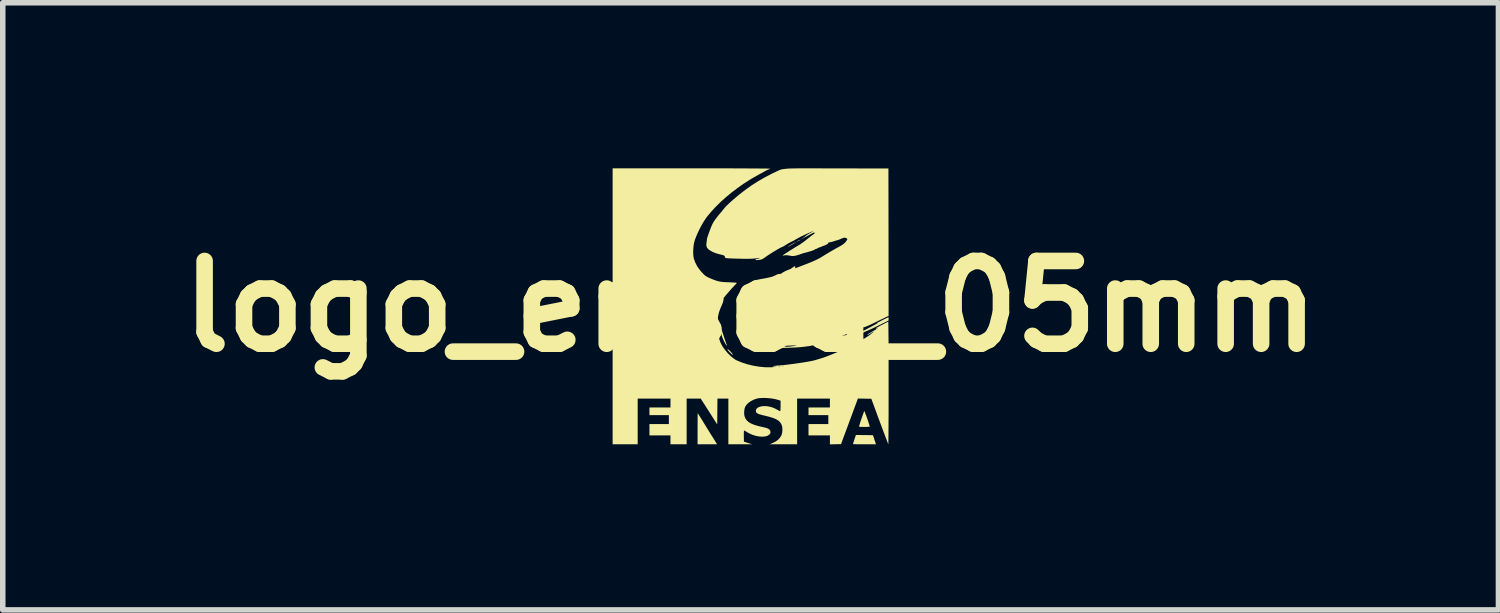
<source format=kicad_pcb>
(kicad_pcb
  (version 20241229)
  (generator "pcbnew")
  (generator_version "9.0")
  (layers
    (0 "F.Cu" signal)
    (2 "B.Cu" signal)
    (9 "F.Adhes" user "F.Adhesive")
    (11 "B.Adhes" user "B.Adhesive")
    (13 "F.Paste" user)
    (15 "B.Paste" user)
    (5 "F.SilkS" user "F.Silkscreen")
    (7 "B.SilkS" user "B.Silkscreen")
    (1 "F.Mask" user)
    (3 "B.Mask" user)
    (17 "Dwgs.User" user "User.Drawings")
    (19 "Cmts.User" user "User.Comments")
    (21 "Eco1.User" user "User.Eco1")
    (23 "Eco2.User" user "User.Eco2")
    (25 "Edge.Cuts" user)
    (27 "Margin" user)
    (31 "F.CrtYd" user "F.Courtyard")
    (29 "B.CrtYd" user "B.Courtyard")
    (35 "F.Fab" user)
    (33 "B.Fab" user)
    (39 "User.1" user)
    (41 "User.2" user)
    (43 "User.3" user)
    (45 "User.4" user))
  (footprint "logo_ensea_05mm"
    (layer "F.Cu")
    (at 10.55 2.5)
    (property "Reference" "logo_ensea_05mm" (at 0 0 0) (layer "F.SilkS") (effects (font (size 1.5 1.5) (thickness 0.3))))
    (attr board_only exclude_from_pos_files exclude_from_bom)
    (fp_poly (pts (xy 0.917 -1.214) (xy 0.913 -1.21) (xy 0.909 -1.214) (xy 0.913 -1.217)) (stroke (width 0) (type solid)) (fill yes) (layer "F.SilkS"))
    (fp_poly (pts (xy 0.896 -1.201) (xy 0.881 -1.192) (xy 0.865 -1.184) (xy 0.845 -1.175) (xy 0.832 -1.17) (xy 0.829 -1.169) (xy 0.835 -1.174) (xy 0.85 -1.183) (xy 0.865 -1.192) (xy 0.885 -1.201) (xy 0.898 -1.206) (xy 0.902 -1.206)) (stroke (width 0) (type solid)) (fill yes) (layer "F.SilkS"))
    (fp_poly (pts (xy -0.408 0.779) (xy -0.393 0.792) (xy -0.381 0.803) (xy -0.354 0.83) (xy -0.335 0.853) (xy -0.323 0.869) (xy -0.32 0.879) (xy -0.322 0.88) (xy -0.331 0.875) (xy -0.347 0.862) (xy -0.367 0.844) (xy -0.374 0.837) (xy -0.395 0.816) (xy -0.41 0.797) (xy -0.418 0.783) (xy -0.418 0.781) (xy -0.416 0.776)) (stroke (width 0) (type solid)) (fill yes) (layer "F.SilkS"))
    (fp_poly (pts (xy 2.062 2.333) (xy 2.217 2.335) (xy 2.244 2.418) (xy 2.272 2.5) (xy 2.064 2.5) (xy 2.01 2.5) (xy 1.962 2.5) (xy 1.92 2.499) (xy 1.887 2.498) (xy 1.865 2.497) (xy 1.855 2.495) (xy 1.855 2.495) (xy 1.857 2.486) (xy 1.863 2.467) (xy 1.872 2.439) (xy 1.881 2.41) (xy 1.908 2.331)) (stroke (width 0) (type solid)) (fill yes) (layer "F.SilkS"))
    (fp_poly (pts (xy 0.815 -1.159) (xy 0.8 -1.148) (xy 0.778 -1.135) (xy 0.752 -1.119) (xy 0.726 -1.104) (xy 0.703 -1.091) (xy 0.685 -1.081) (xy 0.677 -1.078) (xy 0.677 -1.078) (xy 0.679 -1.082) (xy 0.691 -1.09) (xy 0.704 -1.099) (xy 0.733 -1.117) (xy 0.761 -1.133) (xy 0.787 -1.148) (xy 0.807 -1.158) (xy 0.819 -1.164) (xy 0.821 -1.164)) (stroke (width 0) (type solid)) (fill yes) (layer "F.SilkS"))
    (fp_poly (pts (xy -0.532 0.407) (xy -0.53 0.411) (xy -0.525 0.424) (xy -0.517 0.449) (xy -0.506 0.481) (xy -0.495 0.517) (xy -0.491 0.528) (xy -0.478 0.568) (xy -0.465 0.608) (xy -0.453 0.642) (xy -0.444 0.668) (xy -0.443 0.67) (xy -0.434 0.693) (xy -0.429 0.71) (xy -0.428 0.716) (xy -0.433 0.712) (xy -0.443 0.699) (xy -0.453 0.684) (xy -0.482 0.634) (xy -0.506 0.58) (xy -0.525 0.527) (xy -0.537 0.476) (xy -0.542 0.433) (xy -0.541 0.419) (xy -0.539 0.402) (xy -0.537 0.398)) (stroke (width 0) (type solid)) (fill yes) (layer "F.SilkS"))
    (fp_poly (pts (xy -0.954 1.943) (xy -0.942 1.961) (xy -0.925 1.989) (xy -0.902 2.025) (xy -0.875 2.068) (xy -0.845 2.118) (xy -0.811 2.172) (xy -0.792 2.203) (xy -0.757 2.26) (xy -0.724 2.314) (xy -0.693 2.362) (xy -0.667 2.404) (xy -0.645 2.439) (xy -0.629 2.465) (xy -0.62 2.48) (xy -0.618 2.484) (xy -0.607 2.5) (xy -0.784 2.5) (xy -0.961 2.5) (xy -0.961 2.217) (xy -0.961 2.154) (xy -0.96 2.096) (xy -0.96 2.045) (xy -0.96 2.002) (xy -0.959 1.969) (xy -0.959 1.946) (xy -0.958 1.937) (xy -0.958 1.936)) (stroke (width 0) (type solid)) (fill yes) (layer "F.SilkS"))
    (fp_poly (pts (xy 2.063 1.903) (xy 2.071 1.92) (xy 2.081 1.946) (xy 2.094 1.981) (xy 2.109 2.022) (xy 2.113 2.034) (xy 2.128 2.077) (xy 2.14 2.115) (xy 2.15 2.147) (xy 2.156 2.169) (xy 2.158 2.18) (xy 2.158 2.181) (xy 2.149 2.182) (xy 2.129 2.184) (xy 2.1 2.185) (xy 2.064 2.185) (xy 2.059 2.185) (xy 2.019 2.185) (xy 1.992 2.184) (xy 1.975 2.182) (xy 1.967 2.179) (xy 1.965 2.175) (xy 1.967 2.165) (xy 1.974 2.144) (xy 1.983 2.114) (xy 1.994 2.079) (xy 2.007 2.041) (xy 2.02 2.003) (xy 2.033 1.967) (xy 2.044 1.936) (xy 2.053 1.912) (xy 2.058 1.899) (xy 2.059 1.898)) (stroke (width 0) (type solid)) (fill yes) (layer "F.SilkS"))
    (fp_poly (pts (xy 2.499 0.204) (xy 2.5 0.221) (xy 2.5 0.227) (xy 2.5 0.257) (xy 2.347 0.333) (xy 2.298 0.357) (xy 2.249 0.381) (xy 2.202 0.404) (xy 2.161 0.422) (xy 2.13 0.437) (xy 2.122 0.44) (xy 2.09 0.453) (xy 2.063 0.466) (xy 2.042 0.475) (xy 2.035 0.48) (xy 2.021 0.486) (xy 1.998 0.496) (xy 1.97 0.507) (xy 1.963 0.509) (xy 1.926 0.522) (xy 1.885 0.539) (xy 1.85 0.554) (xy 1.823 0.566) (xy 1.801 0.574) (xy 1.786 0.578) (xy 1.78 0.578) (xy 1.783 0.574) (xy 1.799 0.565) (xy 1.807 0.56) (xy 1.827 0.551) (xy 1.856 0.537) (xy 1.892 0.519) (xy 1.931 0.5) (xy 1.954 0.489) (xy 1.986 0.473) (xy 2.024 0.454) (xy 2.065 0.433) (xy 2.107 0.411) (xy 2.149 0.388) (xy 2.19 0.367) (xy 2.226 0.347) (xy 2.258 0.33) (xy 2.282 0.316) (xy 2.297 0.307) (xy 2.302 0.303) (xy 2.301 0.303) (xy 2.29 0.305) (xy 2.288 0.304) (xy 2.294 0.3) (xy 2.31 0.291) (xy 2.335 0.278) (xy 2.364 0.263) (xy 2.396 0.246) (xy 2.428 0.231) (xy 2.456 0.217) (xy 2.479 0.206) (xy 2.493 0.199) (xy 2.497 0.198)) (stroke (width 0) (type solid)) (fill yes) (layer "F.SilkS"))
    (fp_poly (pts (xy 1.126 -2.5) (xy 1.23 -2.5) (xy 1.347 -2.499) (xy 1.477 -2.499) (xy 1.573 -2.499) (xy 2.497 -2.497) (xy 2.499 -1.162) (xy 2.5 0.173) (xy 2.285 0.277) (xy 2.22 0.309) (xy 2.167 0.334) (xy 2.125 0.353) (xy 2.092 0.366) (xy 2.069 0.375) (xy 2.052 0.38) (xy 2.045 0.38) (xy 2.024 0.383) (xy 1.992 0.392) (xy 1.952 0.406) (xy 1.907 0.424) (xy 1.858 0.446) (xy 1.822 0.464) (xy 1.786 0.481) (xy 1.742 0.501) (xy 1.693 0.521) (xy 1.644 0.541) (xy 1.599 0.559) (xy 1.562 0.573) (xy 1.551 0.576) (xy 1.535 0.581) (xy 1.508 0.59) (xy 1.472 0.603) (xy 1.431 0.617) (xy 1.385 0.633) (xy 1.373 0.637) (xy 1.301 0.661) (xy 1.239 0.681) (xy 1.183 0.696) (xy 1.127 0.708) (xy 1.07 0.719) (xy 1.006 0.728) (xy 0.957 0.734) (xy 0.919 0.738) (xy 0.873 0.742) (xy 0.821 0.745) (xy 0.767 0.748) (xy 0.712 0.75) (xy 0.659 0.752) (xy 0.61 0.753) (xy 0.567 0.754) (xy 0.533 0.753) (xy 0.51 0.752) (xy 0.502 0.751) (xy 0.473 0.742) (xy 0.452 0.734) (xy 0.441 0.728) (xy 0.439 0.724) (xy 0.45 0.723) (xy 0.471 0.727) (xy 0.499 0.73) (xy 0.538 0.732) (xy 0.583 0.733) (xy 0.632 0.732) (xy 0.679 0.731) (xy 0.722 0.728) (xy 0.756 0.724) (xy 0.765 0.723) (xy 0.794 0.717) (xy 0.821 0.712) (xy 0.84 0.709) (xy 0.84 0.709) (xy 0.841 0.708) (xy 0.829 0.708) (xy 0.807 0.708) (xy 0.775 0.709) (xy 0.759 0.71) (xy 0.712 0.712) (xy 0.673 0.713) (xy 0.638 0.713) (xy 0.605 0.712) (xy 0.571 0.708) (xy 0.532 0.703) (xy 0.485 0.696) (xy 0.427 0.686) (xy 0.422 0.686) (xy 0.362 0.675) (xy 0.313 0.666) (xy 0.273 0.658) (xy 0.239 0.65) (xy 0.209 0.641) (xy 0.179 0.63) (xy 0.147 0.617) (xy 0.11 0.601) (xy 0.092 0.593) (xy 0.046 0.572) (xy 0.012 0.553) (xy -0.015 0.536) (xy -0.037 0.519) (xy -0.043 0.513) (xy -0.07 0.484) (xy -0.099 0.447) (xy -0.127 0.405) (xy -0.153 0.363) (xy -0.171 0.326) (xy -0.175 0.319) (xy -0.191 0.262) (xy -0.201 0.196) (xy -0.205 0.124) (xy -0.202 0.049) (xy -0.193 -0.024) (xy -0.178 -0.092) (xy -0.158 -0.149) (xy -0.137 -0.194) (xy -0.109 -0.245) (xy -0.077 -0.299) (xy -0.044 -0.352) (xy -0.011 -0.398) (xy -0.004 -0.409) (xy 0.015 -0.433) (xy 0.03 -0.449) (xy 0.046 -0.459) (xy 0.065 -0.466) (xy 0.081 -0.471) (xy 0.108 -0.478) (xy 0.145 -0.486) (xy 0.185 -0.494) (xy 0.213 -0.499) (xy 0.276 -0.51) (xy 0.328 -0.521) (xy 0.37 -0.531) (xy 0.405 -0.542) (xy 0.436 -0.555) (xy 0.464 -0.569) (xy 0.477 -0.576) (xy 0.496 -0.583) (xy 0.521 -0.586) (xy 0.526 -0.586) (xy 0.552 -0.59) (xy 0.566 -0.6) (xy 0.578 -0.61) (xy 0.6 -0.623) (xy 0.629 -0.638) (xy 0.66 -0.652) (xy 0.69 -0.664) (xy 0.7 -0.667) (xy 0.724 -0.677) (xy 0.745 -0.691) (xy 0.748 -0.693) (xy 0.773 -0.712) (xy 0.792 -0.723) (xy 0.805 -0.724) (xy 0.81 -0.715) (xy 0.809 -0.706) (xy 0.807 -0.693) (xy 0.812 -0.69) (xy 0.818 -0.692) (xy 0.829 -0.697) (xy 0.852 -0.705) (xy 0.883 -0.717) (xy 0.921 -0.732) (xy 0.963 -0.748) (xy 0.968 -0.75) (xy 1.057 -0.785) (xy 1.133 -0.816) (xy 1.198 -0.846) (xy 1.253 -0.874) (xy 1.299 -0.902) (xy 1.306 -0.906) (xy 1.343 -0.929) (xy 1.389 -0.957) (xy 1.441 -0.988) (xy 1.496 -1.02) (xy 1.549 -1.05) (xy 1.599 -1.077) (xy 1.644 -1.103) (xy 1.679 -1.126) (xy 1.704 -1.147) (xy 1.724 -1.168) (xy 1.736 -1.186) (xy 1.755 -1.219) (xy 1.738 -1.233) (xy 1.714 -1.243) (xy 1.683 -1.241) (xy 1.645 -1.226) (xy 1.642 -1.225) (xy 1.621 -1.215) (xy 1.593 -1.205) (xy 1.573 -1.199) (xy 1.543 -1.19) (xy 1.515 -1.181) (xy 1.5 -1.176) (xy 1.472 -1.168) (xy 1.444 -1.162) (xy 1.441 -1.162) (xy 1.416 -1.156) (xy 1.404 -1.152) (xy 1.405 -1.146) (xy 1.408 -1.144) (xy 1.405 -1.139) (xy 1.393 -1.13) (xy 1.375 -1.119) (xy 1.353 -1.108) (xy 1.332 -1.099) (xy 1.316 -1.093) (xy 1.309 -1.093) (xy 1.297 -1.088) (xy 1.286 -1.082) (xy 1.269 -1.073) (xy 1.258 -1.071) (xy 1.242 -1.067) (xy 1.222 -1.057) (xy 1.221 -1.056) (xy 1.203 -1.046) (xy 1.19 -1.041) (xy 1.188 -1.041) (xy 1.174 -1.037) (xy 1.166 -1.031) (xy 1.152 -1.022) (xy 1.127 -1.012) (xy 1.092 -1) (xy 1.045 -0.987) (xy 1.003 -0.975) (xy 0.968 -0.966) (xy 0.936 -0.956) (xy 0.911 -0.948) (xy 0.897 -0.943) (xy 0.88 -0.936) (xy 0.853 -0.928) (xy 0.824 -0.92) (xy 0.822 -0.92) (xy 0.791 -0.913) (xy 0.767 -0.911) (xy 0.745 -0.912) (xy 0.723 -0.916) (xy 0.684 -0.923) (xy 0.653 -0.926) (xy 0.625 -0.925) (xy 0.601 -0.921) (xy 0.588 -0.919) (xy 0.582 -0.919) (xy 0.583 -0.923) (xy 0.593 -0.931) (xy 0.613 -0.945) (xy 0.644 -0.965) (xy 0.645 -0.966) (xy 0.675 -0.985) (xy 0.702 -1.003) (xy 0.73 -1.021) (xy 0.761 -1.04) (xy 0.798 -1.063) (xy 0.842 -1.09) (xy 0.895 -1.121) (xy 0.922 -1.139) (xy 0.956 -1.163) (xy 0.992 -1.191) (xy 1.027 -1.219) (xy 1.03 -1.221) (xy 1.062 -1.247) (xy 1.092 -1.271) (xy 1.118 -1.29) (xy 1.137 -1.303) (xy 1.14 -1.305) (xy 1.156 -1.316) (xy 1.161 -1.322) (xy 1.157 -1.326) (xy 1.154 -1.327) (xy 1.145 -1.332) (xy 1.149 -1.335) (xy 1.157 -1.338) (xy 1.169 -1.343) (xy 1.17 -1.347) (xy 1.163 -1.345) (xy 1.145 -1.337) (xy 1.12 -1.324) (xy 1.088 -1.308) (xy 1.053 -1.289) (xy 1.016 -1.269) (xy 0.981 -1.249) (xy 0.951 -1.232) (xy 0.935 -1.223) (xy 0.925 -1.219) (xy 0.924 -1.22) (xy 0.93 -1.226) (xy 0.944 -1.234) (xy 0.946 -1.235) (xy 0.965 -1.248) (xy 0.986 -1.265) (xy 0.992 -1.271) (xy 1.01 -1.286) (xy 1.037 -1.304) (xy 1.067 -1.322) (xy 1.077 -1.327) (xy 1.103 -1.341) (xy 1.123 -1.352) (xy 1.133 -1.359) (xy 1.135 -1.361) (xy 1.127 -1.36) (xy 1.108 -1.353) (xy 1.081 -1.341) (xy 1.047 -1.327) (xy 1.009 -1.31) (xy 0.97 -1.291) (xy 0.932 -1.273) (xy 0.896 -1.255) (xy 0.866 -1.239) (xy 0.847 -1.229) (xy 0.812 -1.209) (xy 0.777 -1.189) (xy 0.746 -1.173) (xy 0.73 -1.165) (xy 0.702 -1.151) (xy 0.669 -1.132) (xy 0.636 -1.112) (xy 0.631 -1.108) (xy 0.606 -1.093) (xy 0.586 -1.081) (xy 0.573 -1.075) (xy 0.571 -1.075) (xy 0.563 -1.073) (xy 0.544 -1.063) (xy 0.518 -1.049) (xy 0.485 -1.03) (xy 0.449 -1.008) (xy 0.41 -0.985) (xy 0.372 -0.961) (xy 0.336 -0.938) (xy 0.304 -0.917) (xy 0.278 -0.899) (xy 0.273 -0.895) (xy 0.243 -0.874) (xy 0.219 -0.859) (xy 0.198 -0.85) (xy 0.176 -0.844) (xy 0.162 -0.842) (xy 0.129 -0.838) (xy 0.105 -0.838) (xy 0.092 -0.842) (xy 0.092 -0.851) (xy 0.102 -0.856) (xy 0.116 -0.858) (xy 0.137 -0.862) (xy 0.154 -0.87) (xy 0.172 -0.881) (xy 0.154 -0.877) (xy 0.114 -0.87) (xy 0.068 -0.866) (xy 0.013 -0.862) (xy -0.052 -0.861) (xy -0.129 -0.861) (xy -0.198 -0.863) (xy -0.268 -0.864) (xy -0.324 -0.866) (xy -0.369 -0.868) (xy -0.403 -0.87) (xy -0.428 -0.872) (xy -0.446 -0.875) (xy -0.457 -0.879) (xy -0.463 -0.883) (xy -0.465 -0.889) (xy -0.466 -0.893) (xy -0.467 -0.905) (xy -0.473 -0.914) (xy -0.485 -0.922) (xy -0.506 -0.929) (xy -0.538 -0.937) (xy -0.559 -0.942) (xy -0.62 -0.959) (xy -0.678 -0.981) (xy -0.727 -1.007) (xy -0.766 -1.034) (xy -0.79 -1.063) (xy -0.802 -1.098) (xy -0.801 -1.14) (xy -0.799 -1.151) (xy -0.795 -1.178) (xy -0.792 -1.204) (xy -0.792 -1.213) (xy -0.789 -1.228) (xy -0.782 -1.254) (xy -0.771 -1.287) (xy -0.757 -1.326) (xy -0.742 -1.367) (xy -0.726 -1.409) (xy -0.711 -1.448) (xy -0.696 -1.481) (xy -0.686 -1.502) (xy -0.669 -1.532) (xy -0.644 -1.569) (xy -0.614 -1.609) (xy -0.582 -1.649) (xy -0.562 -1.672) (xy -0.543 -1.695) (xy -0.519 -1.723) (xy -0.496 -1.753) (xy -0.491 -1.759) (xy -0.463 -1.793) (xy -0.423 -1.834) (xy -0.375 -1.88) (xy -0.32 -1.929) (xy -0.259 -1.981) (xy -0.195 -2.034) (xy -0.128 -2.085) (xy -0.1 -2.107) (xy 0.022 -2.194) (xy 0.143 -2.271) (xy 0.267 -2.342) (xy 0.399 -2.41) (xy 0.444 -2.431) (xy 0.464 -2.441) (xy 0.483 -2.45) (xy 0.5 -2.458) (xy 0.516 -2.465) (xy 0.532 -2.472) (xy 0.549 -2.477) (xy 0.568 -2.482) (xy 0.59 -2.486) (xy 0.615 -2.489) (xy 0.644 -2.492) (xy 0.678 -2.495) (xy 0.718 -2.497) (xy 0.764 -2.498) (xy 0.818 -2.499) (xy 0.881 -2.5) (xy 0.952 -2.5) (xy 1.034 -2.5)) (stroke (width 0) (type solid)) (fill yes) (layer "F.SilkS"))
    (fp_poly (pts (xy -1.065 -2.5) (xy -0.878 -2.5) (xy -0.704 -2.5) (xy -0.542 -2.5) (xy -0.393 -2.5) (xy -0.256 -2.499) (xy -0.133 -2.499) (xy -0.024 -2.498) (xy 0.073 -2.498) (xy 0.155 -2.497) (xy 0.224 -2.497) (xy 0.279 -2.496) (xy 0.32 -2.495) (xy 0.346 -2.494) (xy 0.359 -2.493) (xy 0.359 -2.493) (xy 0.345 -2.487) (xy 0.339 -2.486) (xy 0.329 -2.482) (xy 0.309 -2.473) (xy 0.279 -2.458) (xy 0.243 -2.439) (xy 0.202 -2.416) (xy 0.158 -2.392) (xy 0.113 -2.367) (xy 0.069 -2.342) (xy 0.028 -2.319) (xy -0.009 -2.297) (xy -0.018 -2.291) (xy -0.128 -2.221) (xy -0.236 -2.144) (xy -0.343 -2.063) (xy -0.446 -1.978) (xy -0.543 -1.891) (xy -0.632 -1.803) (xy -0.712 -1.717) (xy -0.781 -1.634) (xy -0.809 -1.597) (xy -0.846 -1.541) (xy -0.884 -1.477) (xy -0.921 -1.408) (xy -0.955 -1.337) (xy -0.985 -1.268) (xy -1.009 -1.205) (xy -1.02 -1.167) (xy -1.03 -1.123) (xy -1.036 -1.071) (xy -1.04 -1.015) (xy -1.04 -0.961) (xy -1.037 -0.912) (xy -1.031 -0.873) (xy -1.031 -0.872) (xy -1.004 -0.795) (xy -0.965 -0.72) (xy -0.911 -0.646) (xy -0.86 -0.59) (xy -0.839 -0.57) (xy -0.819 -0.553) (xy -0.796 -0.539) (xy -0.766 -0.523) (xy -0.731 -0.507) (xy -0.678 -0.485) (xy -0.632 -0.468) (xy -0.589 -0.455) (xy -0.544 -0.446) (xy -0.495 -0.44) (xy -0.438 -0.437) (xy -0.387 -0.435) (xy -0.344 -0.433) (xy -0.306 -0.431) (xy -0.276 -0.429) (xy -0.257 -0.427) (xy -0.249 -0.425) (xy -0.249 -0.425) (xy -0.254 -0.418) (xy -0.267 -0.403) (xy -0.287 -0.382) (xy -0.311 -0.356) (xy -0.313 -0.353) (xy -0.335 -0.331) (xy -0.359 -0.304) (xy -0.385 -0.274) (xy -0.411 -0.244) (xy -0.437 -0.215) (xy -0.459 -0.188) (xy -0.478 -0.165) (xy -0.491 -0.148) (xy -0.497 -0.139) (xy -0.496 -0.139) (xy -0.495 -0.139) (xy -0.485 -0.146) (xy -0.485 -0.143) (xy -0.487 -0.136) (xy -0.492 -0.118) (xy -0.495 -0.097) (xy -0.499 -0.08) (xy -0.508 -0.054) (xy -0.52 -0.024) (xy -0.527 -0.009) (xy -0.555 0.057) (xy -0.576 0.118) (xy -0.589 0.179) (xy -0.597 0.243) (xy -0.599 0.314) (xy -0.597 0.374) (xy -0.592 0.457) (xy -0.583 0.527) (xy -0.569 0.588) (xy -0.551 0.643) (xy -0.536 0.677) (xy -0.504 0.734) (xy -0.464 0.79) (xy -0.418 0.845) (xy -0.369 0.894) (xy -0.32 0.936) (xy -0.273 0.969) (xy -0.255 0.978) (xy -0.161 1.017) (xy -0.059 1.05) (xy 0.048 1.076) (xy 0.157 1.094) (xy 0.264 1.104) (xy 0.366 1.105) (xy 0.433 1.1) (xy 0.48 1.095) (xy 0.433 1.093) (xy 0.408 1.091) (xy 0.398 1.089) (xy 0.501 1.089) (xy 0.51 1.09) (xy 0.521 1.091) (xy 0.536 1.09) (xy 0.541 1.089) (xy 0.537 1.087) (xy 0.516 1.086) (xy 0.504 1.087) (xy 0.501 1.089) (xy 0.398 1.089) (xy 0.397 1.089) (xy 0.4 1.086) (xy 0.415 1.082) (xy 0.415 1.082) (xy 0.571 1.082) (xy 0.582 1.083) (xy 0.587 1.084) (xy 0.6 1.083) (xy 0.602 1.081) (xy 0.599 1.08) (xy 0.581 1.079) (xy 0.574 1.08) (xy 0.571 1.082) (xy 0.415 1.082) (xy 0.441 1.078) (xy 0.479 1.074) (xy 0.521 1.071) (xy 0.581 1.066) (xy 0.649 1.059) (xy 0.722 1.05) (xy 0.797 1.04) (xy 0.873 1.029) (xy 0.947 1.018) (xy 1.015 1.007) (xy 1.076 0.996) (xy 1.126 0.986) (xy 1.155 0.979) (xy 1.192 0.969) (xy 1.236 0.955) (xy 1.283 0.941) (xy 1.324 0.928) (xy 1.362 0.914) (xy 1.41 0.896) (xy 1.465 0.874) (xy 1.525 0.849) (xy 1.588 0.823) (xy 1.65 0.796) (xy 1.71 0.77) (xy 1.764 0.746) (xy 1.812 0.724) (xy 1.849 0.706) (xy 1.862 0.699) (xy 1.901 0.677) (xy 1.945 0.652) (xy 1.99 0.626) (xy 2.036 0.599) (xy 2.078 0.573) (xy 2.115 0.549) (xy 2.145 0.529) (xy 2.166 0.515) (xy 2.171 0.51) (xy 2.192 0.492) (xy 2.214 0.475) (xy 2.219 0.471) (xy 2.24 0.454) (xy 2.214 0.466) (xy 2.192 0.478) (xy 2.167 0.494) (xy 2.157 0.5) (xy 2.137 0.512) (xy 2.12 0.519) (xy 2.113 0.519) (xy 2.115 0.515) (xy 2.128 0.504) (xy 2.151 0.489) (xy 2.184 0.469) (xy 2.207 0.456) (xy 2.242 0.436) (xy 2.271 0.419) (xy 2.292 0.406) (xy 2.304 0.398) (xy 2.306 0.396) (xy 2.294 0.4) (xy 2.288 0.403) (xy 2.275 0.407) (xy 2.271 0.403) (xy 2.278 0.393) (xy 2.28 0.391) (xy 2.293 0.383) (xy 2.315 0.371) (xy 2.343 0.355) (xy 2.375 0.338) (xy 2.408 0.321) (xy 2.439 0.305) (xy 2.465 0.292) (xy 2.485 0.282) (xy 2.494 0.279) (xy 2.494 0.279) (xy 2.495 0.286) (xy 2.495 0.307) (xy 2.496 0.342) (xy 2.497 0.389) (xy 2.497 0.448) (xy 2.498 0.518) (xy 2.499 0.599) (xy 2.499 0.69) (xy 2.499 0.79) (xy 2.5 0.898) (xy 2.5 1.015) (xy 2.5 1.138) (xy 2.5 1.268) (xy 2.5 1.391) (xy 2.5 1.517) (xy 2.5 1.639) (xy 2.5 1.757) (xy 2.5 1.868) (xy 2.5 1.973) (xy 2.499 2.071) (xy 2.499 2.161) (xy 2.498 2.242) (xy 2.498 2.313) (xy 2.497 2.374) (xy 2.497 2.424) (xy 2.496 2.461) (xy 2.496 2.486) (xy 2.495 2.497) (xy 2.495 2.497) (xy 2.491 2.49) (xy 2.483 2.469) (xy 2.471 2.438) (xy 2.455 2.396) (xy 2.436 2.346) (xy 2.414 2.287) (xy 2.39 2.223) (xy 2.364 2.153) (xy 2.338 2.084) (xy 2.187 1.675) (xy 2.066 1.673) (xy 1.944 1.671) (xy 1.932 1.704) (xy 1.927 1.717) (xy 1.918 1.742) (xy 1.904 1.779) (xy 1.887 1.825) (xy 1.867 1.879) (xy 1.845 1.94) (xy 1.82 2.006) (xy 1.794 2.076) (xy 1.779 2.117) (xy 1.638 2.497) (xy 1.538 2.499) (xy 1.437 2.501) (xy 1.437 2.42) (xy 1.437 2.339) (xy 1.243 2.339) (xy 1.049 2.339) (xy 1.049 2.236) (xy 1.049 2.134) (xy 1.228 2.134) (xy 1.408 2.134) (xy 1.408 2.053) (xy 1.408 1.972) (xy 1.228 1.972) (xy 1.049 1.972) (xy 1.049 1.903) (xy 1.049 1.833) (xy 1.243 1.833) (xy 1.437 1.833) (xy 1.437 1.752) (xy 1.437 1.672) (xy 1.14 1.672) (xy 0.843 1.672) (xy 0.843 2.086) (xy 0.843 2.5) (xy 0.592 2.5) (xy 0.341 2.5) (xy 0.386 2.483) (xy 0.448 2.453) (xy 0.5 2.416) (xy 0.539 2.37) (xy 0.559 2.335) (xy 0.571 2.296) (xy 0.576 2.25) (xy 0.575 2.202) (xy 0.566 2.159) (xy 0.558 2.139) (xy 0.54 2.108) (xy 0.516 2.081) (xy 0.484 2.058) (xy 0.444 2.037) (xy 0.394 2.018) (xy 0.332 2) (xy 0.277 1.986) (xy 0.221 1.973) (xy 0.177 1.961) (xy 0.145 1.951) (xy 0.122 1.94) (xy 0.108 1.929) (xy 0.099 1.916) (xy 0.096 1.901) (xy 0.095 1.89) (xy 0.102 1.864) (xy 0.121 1.842) (xy 0.15 1.826) (xy 0.188 1.814) (xy 0.231 1.808) (xy 0.28 1.808) (xy 0.33 1.815) (xy 0.381 1.828) (xy 0.385 1.829) (xy 0.419 1.842) (xy 0.454 1.858) (xy 0.483 1.873) (xy 0.485 1.874) (xy 0.507 1.887) (xy 0.525 1.896) (xy 0.534 1.899) (xy 0.538 1.893) (xy 0.541 1.874) (xy 0.542 1.841) (xy 0.543 1.804) (xy 0.543 1.71) (xy 0.508 1.698) (xy 0.452 1.683) (xy 0.389 1.671) (xy 0.322 1.664) (xy 0.256 1.66) (xy 0.195 1.661) (xy 0.141 1.666) (xy 0.117 1.671) (xy 0.059 1.69) (xy 0.005 1.718) (xy -0.042 1.751) (xy -0.078 1.789) (xy -0.099 1.822) (xy -0.109 1.852) (xy -0.115 1.891) (xy -0.117 1.932) (xy -0.114 1.971) (xy -0.11 1.992) (xy -0.094 2.032) (xy -0.069 2.067) (xy -0.035 2.098) (xy 0.009 2.124) (xy 0.065 2.147) (xy 0.134 2.168) (xy 0.194 2.182) (xy 0.248 2.194) (xy 0.288 2.205) (xy 0.318 2.217) (xy 0.338 2.229) (xy 0.351 2.244) (xy 0.355 2.252) (xy 0.361 2.282) (xy 0.354 2.308) (xy 0.336 2.328) (xy 0.303 2.347) (xy 0.259 2.359) (xy 0.209 2.362) (xy 0.153 2.358) (xy 0.094 2.347) (xy 0.036 2.329) (xy -0.021 2.304) (xy -0.069 2.277) (xy -0.091 2.263) (xy -0.108 2.254) (xy -0.116 2.251) (xy -0.12 2.256) (xy -0.122 2.27) (xy -0.123 2.296) (xy -0.123 2.335) (xy -0.123 2.352) (xy -0.121 2.452) (xy -0.048 2.476) (xy 0.026 2.499) (xy -0.189 2.5) (xy -0.403 2.5) (xy -0.403 2.086) (xy -0.403 1.672) (xy -0.502 1.672) (xy -0.601 1.672) (xy -0.603 1.906) (xy -0.605 2.14) (xy -0.754 1.906) (xy -0.904 1.672) (xy -1.031 1.672) (xy -1.159 1.672) (xy -1.159 2.086) (xy -1.159 2.5) (xy -1.305 2.5) (xy -1.452 2.5) (xy -1.452 2.42) (xy -1.452 2.339) (xy -1.642 2.339) (xy -1.833 2.339) (xy -1.833 2.236) (xy -1.833 2.134) (xy -1.657 2.134) (xy -1.481 2.134) (xy -1.481 2.053) (xy -1.481 1.972) (xy -1.657 1.972) (xy -1.833 1.972) (xy -1.833 1.903) (xy -1.833 1.833) (xy -1.642 1.833) (xy -1.452 1.833) (xy -1.452 1.752) (xy -1.452 1.672) (xy -1.749 1.672) (xy -2.046 1.672) (xy -2.046 2.086) (xy -2.046 2.5) (xy -2.273 2.5) (xy -2.5 2.5) (xy -2.5 0) (xy -2.5 -2.5)) (stroke (width 0) (type solid)) (fill yes) (layer "F.SilkS")))
  (gr_rect
    (start -3 -3)
    (end 24.1 8.001)
    (stroke (width 0.1) (type default))
    (fill no)
    (layer "Edge.Cuts")))
</source>
